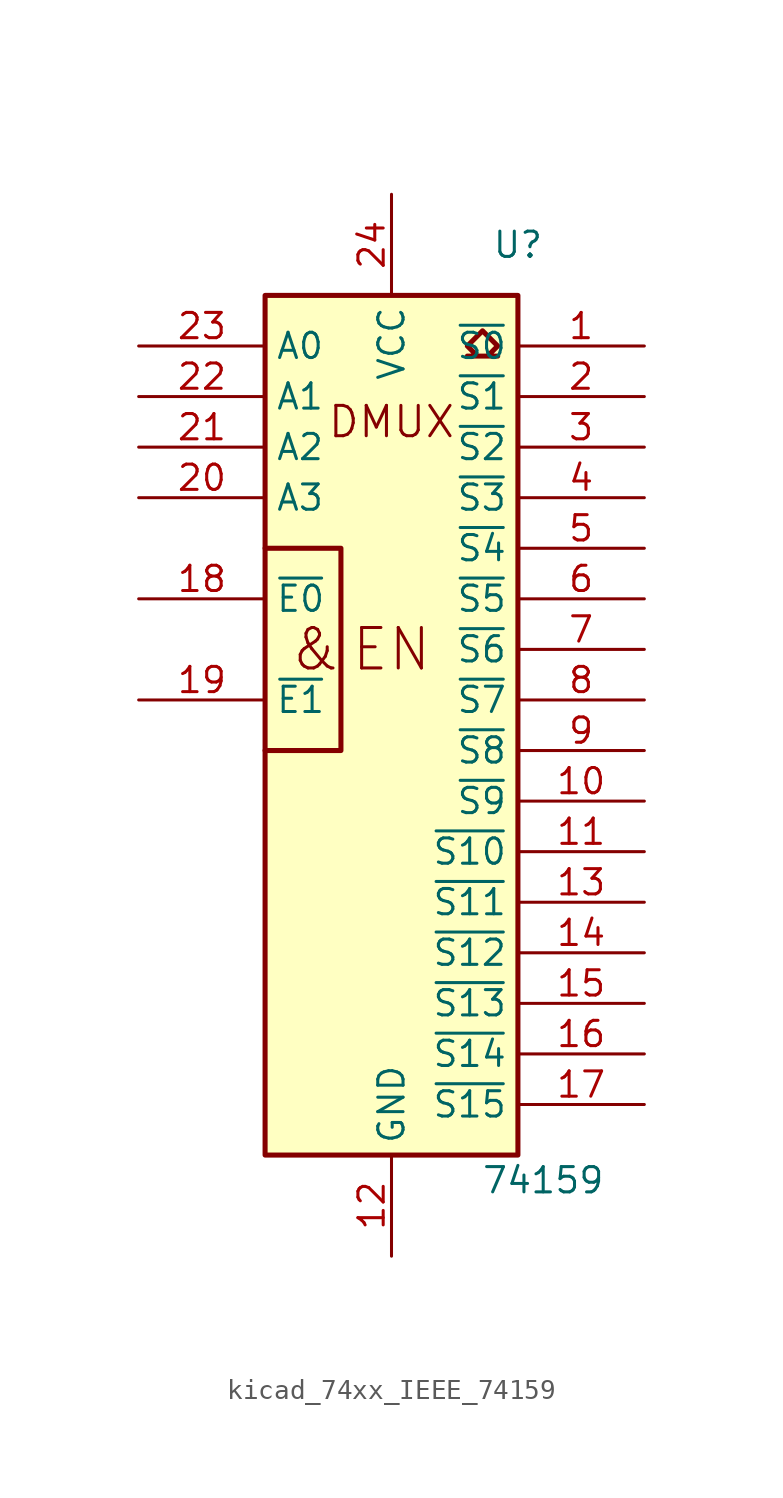
<source format=kicad_sym>
(kicad_symbol_lib
  (version 20220914)
  (generator kicad_symbol_editor)
  (symbol "kicad_74xx_IEEE_74159"
    (property "Reference" "U"
      (at 6.35 25.4 0)
      (effects (font (size 1.27 1.27))))
    (property "Value" "74159"
      (at 7.62 -21.59 0)
      (effects (font (size 1.27 1.27))))
    (symbol "kicad_74xx_IEEE_74159_0_0"
      (rectangle (start -6.35 22.86) (end 6.35 -20.32) (stroke (width 0.254) (type default)) (fill (type background)))
      (polyline (pts (xy -6.35 10.16) (xy -2.54 10.16) (xy -2.54 0) (xy -6.35 0) (xy -6.35 0)) (stroke (width 0.254) (type default)) (fill (type background)))
      (polyline (pts (xy 4.572 21.082) (xy 3.81 20.32) (xy 4.318 19.812) (xy 3.81 19.812) (xy 5.334 19.812) (xy 4.826 19.812) (xy 5.334 20.32) (xy 4.572 21.082) (xy 4.572 21.082)) (stroke (width 0.254) (type default)) (fill (type background)))
      (text "&" (at -3.81 5.08 0) (effects (font (size 2.032 2.032))))
      (text "DMUX" (at 0 16.51 0) (effects (font (size 1.524 1.524))))
      (text "EN" (at 0 5.08 0) (effects (font (size 2.032 2.032))))
      (pin power_in line (at 0 -25.4 90) (length 5.08) (name "GND" (effects (font (size 1.27 1.27)))) (number "12" (effects (font (size 1.27 1.27)))))
      (pin power_in line (at 0 27.94 270) (length 5.08) (name "VCC" (effects (font (size 1.27 1.27)))) (number "24" (effects (font (size 1.27 1.27))))))
    (symbol "kicad_74xx_IEEE_74159_1_1"
      (pin open_collector line (at 12.7 20.32 180) (length 6.35) (name "~{S0}" (effects (font (size 1.27 1.27)))) (number "1" (effects (font (size 1.27 1.27)))))
      (pin open_collector line (at 12.7 -2.54 180) (length 6.35) (name "~{S9}" (effects (font (size 1.27 1.27)))) (number "10" (effects (font (size 1.27 1.27)))))
      (pin open_collector line (at 12.7 -5.08 180) (length 6.35) (name "~{S10}" (effects (font (size 1.27 1.27)))) (number "11" (effects (font (size 1.27 1.27)))))
      (pin open_collector line (at 12.7 -7.62 180) (length 6.35) (name "~{S11}" (effects (font (size 1.27 1.27)))) (number "13" (effects (font (size 1.27 1.27)))))
      (pin open_collector line (at 12.7 -10.16 180) (length 6.35) (name "~{S12}" (effects (font (size 1.27 1.27)))) (number "14" (effects (font (size 1.27 1.27)))))
      (pin open_collector line (at 12.7 -12.7 180) (length 6.35) (name "~{S13}" (effects (font (size 1.27 1.27)))) (number "15" (effects (font (size 1.27 1.27)))))
      (pin open_collector line (at 12.7 -15.24 180) (length 6.35) (name "~{S14}" (effects (font (size 1.27 1.27)))) (number "16" (effects (font (size 1.27 1.27)))))
      (pin open_collector line (at 12.7 -17.78 180) (length 6.35) (name "~{S15}" (effects (font (size 1.27 1.27)))) (number "17" (effects (font (size 1.27 1.27)))))
      (pin input line (at -12.7 7.62 0) (length 6.35) (name "~{E0}" (effects (font (size 1.27 1.27)))) (number "18" (effects (font (size 1.27 1.27)))))
      (pin input line (at -12.7 2.54 0) (length 6.35) (name "~{E1}" (effects (font (size 1.27 1.27)))) (number "19" (effects (font (size 1.27 1.27)))))
      (pin open_collector line (at 12.7 17.78 180) (length 6.35) (name "~{S1}" (effects (font (size 1.27 1.27)))) (number "2" (effects (font (size 1.27 1.27)))))
      (pin input line (at -12.7 12.7 0) (length 6.35) (name "A3" (effects (font (size 1.27 1.27)))) (number "20" (effects (font (size 1.27 1.27)))))
      (pin input line (at -12.7 15.24 0) (length 6.35) (name "A2" (effects (font (size 1.27 1.27)))) (number "21" (effects (font (size 1.27 1.27)))))
      (pin input line (at -12.7 17.78 0) (length 6.35) (name "A1" (effects (font (size 1.27 1.27)))) (number "22" (effects (font (size 1.27 1.27)))))
      (pin input line (at -12.7 20.32 0) (length 6.35) (name "A0" (effects (font (size 1.27 1.27)))) (number "23" (effects (font (size 1.27 1.27)))))
      (pin open_collector line (at 12.7 15.24 180) (length 6.35) (name "~{S2}" (effects (font (size 1.27 1.27)))) (number "3" (effects (font (size 1.27 1.27)))))
      (pin open_collector line (at 12.7 12.7 180) (length 6.35) (name "~{S3}" (effects (font (size 1.27 1.27)))) (number "4" (effects (font (size 1.27 1.27)))))
      (pin open_collector line (at 12.7 10.16 180) (length 6.35) (name "~{S4}" (effects (font (size 1.27 1.27)))) (number "5" (effects (font (size 1.27 1.27)))))
      (pin open_collector line (at 12.7 7.62 180) (length 6.35) (name "~{S5}" (effects (font (size 1.27 1.27)))) (number "6" (effects (font (size 1.27 1.27)))))
      (pin open_collector line (at 12.7 5.08 180) (length 6.35) (name "~{S6}" (effects (font (size 1.27 1.27)))) (number "7" (effects (font (size 1.27 1.27)))))
      (pin open_collector line (at 12.7 2.54 180) (length 6.35) (name "~{S7}" (effects (font (size 1.27 1.27)))) (number "8" (effects (font (size 1.27 1.27)))))
      (pin open_collector line (at 12.7 0 180) (length 6.35) (name "~{S8}" (effects (font (size 1.27 1.27)))) (number "9" (effects (font (size 1.27 1.27))))))))
</source>
